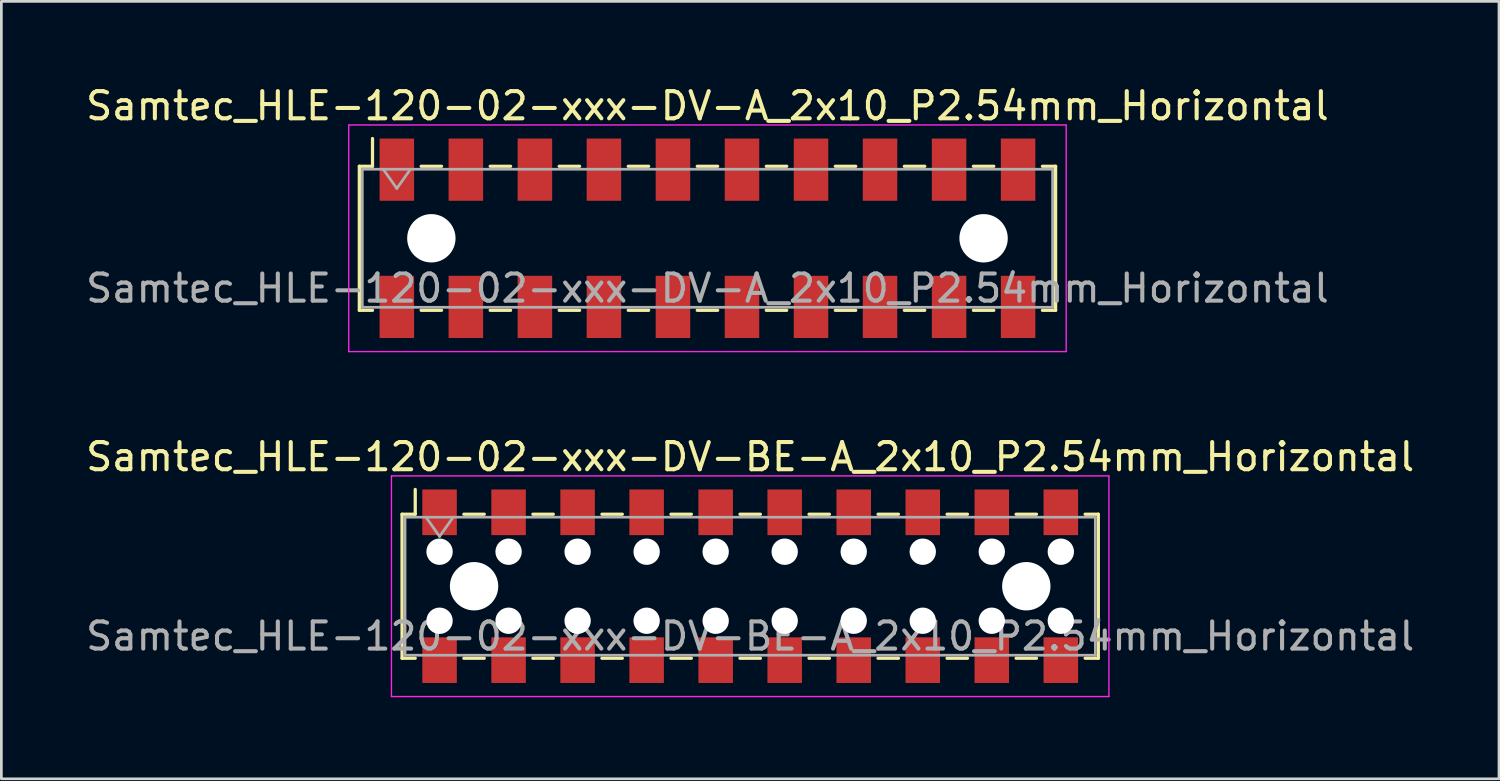
<source format=kicad_pcb>
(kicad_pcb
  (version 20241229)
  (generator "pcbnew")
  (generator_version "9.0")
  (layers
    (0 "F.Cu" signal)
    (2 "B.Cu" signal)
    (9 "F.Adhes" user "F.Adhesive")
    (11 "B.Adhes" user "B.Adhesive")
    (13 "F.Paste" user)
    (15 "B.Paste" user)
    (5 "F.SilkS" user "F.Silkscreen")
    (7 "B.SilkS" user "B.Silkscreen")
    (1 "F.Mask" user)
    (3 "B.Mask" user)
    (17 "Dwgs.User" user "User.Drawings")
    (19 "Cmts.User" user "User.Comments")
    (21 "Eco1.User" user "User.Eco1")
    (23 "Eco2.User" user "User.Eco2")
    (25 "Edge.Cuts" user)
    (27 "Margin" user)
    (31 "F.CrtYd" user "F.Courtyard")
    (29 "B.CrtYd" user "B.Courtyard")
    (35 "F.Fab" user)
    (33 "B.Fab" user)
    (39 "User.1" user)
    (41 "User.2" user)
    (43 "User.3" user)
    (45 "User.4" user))
  (footprint "Samtec_HLE-120-02-xxx-DV-BE-A_2x10_P2.54mm_Horizontal"
    (layer "F.Cu")
    (at 24.554 18.521)
    (property "Reference" "Samtec_HLE-120-02-xxx-DV-BE-A_2x10_P2.54mm_Horizontal" (at 0 -4.76 0) (layer "F.SilkS") (effects (font (size 1 1) (thickness 0.15))))
    (attr smd)
    (fp_line (start -12.81 -2.65) (end -12.81 2.65) (stroke (width 0.12) (type solid)) (layer "F.SilkS"))
    (fp_line (start -12.81 2.65) (end -12.325 2.65) (stroke (width 0.12) (type solid)) (layer "F.SilkS"))
    (fp_line (start -12.325 -3.56) (end -12.325 -2.65) (stroke (width 0.12) (type solid)) (layer "F.SilkS"))
    (fp_line (start -12.325 -2.65) (end -12.81 -2.65) (stroke (width 0.12) (type solid)) (layer "F.SilkS"))
    (fp_line (start -10.535 -2.65) (end -9.785 -2.65) (stroke (width 0.12) (type solid)) (layer "F.SilkS"))
    (fp_line (start -10.535 2.65) (end -9.785 2.65) (stroke (width 0.12) (type solid)) (layer "F.SilkS"))
    (fp_line (start -7.995 -2.65) (end -7.245 -2.65) (stroke (width 0.12) (type solid)) (layer "F.SilkS"))
    (fp_line (start -7.995 2.65) (end -7.245 2.65) (stroke (width 0.12) (type solid)) (layer "F.SilkS"))
    (fp_line (start -5.455 -2.65) (end -4.705 -2.65) (stroke (width 0.12) (type solid)) (layer "F.SilkS"))
    (fp_line (start -5.455 2.65) (end -4.705 2.65) (stroke (width 0.12) (type solid)) (layer "F.SilkS"))
    (fp_line (start -2.915 -2.65) (end -2.165 -2.65) (stroke (width 0.12) (type solid)) (layer "F.SilkS"))
    (fp_line (start -2.915 2.65) (end -2.165 2.65) (stroke (width 0.12) (type solid)) (layer "F.SilkS"))
    (fp_line (start -0.375 -2.65) (end 0.375 -2.65) (stroke (width 0.12) (type solid)) (layer "F.SilkS"))
    (fp_line (start -0.375 2.65) (end 0.375 2.65) (stroke (width 0.12) (type solid)) (layer "F.SilkS"))
    (fp_line (start 2.165 -2.65) (end 2.915 -2.65) (stroke (width 0.12) (type solid)) (layer "F.SilkS"))
    (fp_line (start 2.165 2.65) (end 2.915 2.65) (stroke (width 0.12) (type solid)) (layer "F.SilkS"))
    (fp_line (start 4.705 -2.65) (end 5.455 -2.65) (stroke (width 0.12) (type solid)) (layer "F.SilkS"))
    (fp_line (start 4.705 2.65) (end 5.455 2.65) (stroke (width 0.12) (type solid)) (layer "F.SilkS"))
    (fp_line (start 7.245 -2.65) (end 7.995 -2.65) (stroke (width 0.12) (type solid)) (layer "F.SilkS"))
    (fp_line (start 7.245 2.65) (end 7.995 2.65) (stroke (width 0.12) (type solid)) (layer "F.SilkS"))
    (fp_line (start 9.785 -2.65) (end 10.535 -2.65) (stroke (width 0.12) (type solid)) (layer "F.SilkS"))
    (fp_line (start 9.785 2.65) (end 10.535 2.65) (stroke (width 0.12) (type solid)) (layer "F.SilkS"))
    (fp_line (start 12.325 -2.65) (end 12.81 -2.65) (stroke (width 0.12) (type solid)) (layer "F.SilkS"))
    (fp_line (start 12.81 -2.65) (end 12.81 2.65) (stroke (width 0.12) (type solid)) (layer "F.SilkS"))
    (fp_line (start 12.81 2.65) (end 12.325 2.65) (stroke (width 0.12) (type solid)) (layer "F.SilkS"))
    (fp_line (start -13.2 -4.06) (end 13.2 -4.06) (stroke (width 0.05) (type solid)) (layer "F.CrtYd"))
    (fp_line (start -13.2 4.06) (end -13.2 -4.06) (stroke (width 0.05) (type solid)) (layer "F.CrtYd"))
    (fp_line (start 13.2 -4.06) (end 13.2 4.06) (stroke (width 0.05) (type solid)) (layer "F.CrtYd"))
    (fp_line (start 13.2 4.06) (end -13.2 4.06) (stroke (width 0.05) (type solid)) (layer "F.CrtYd"))
    (fp_line (start -12.7 -2.54) (end 12.7 -2.54) (stroke (width 0.1) (type solid)) (layer "F.Fab"))
    (fp_line (start -12.7 2.54) (end -12.7 -2.54) (stroke (width 0.1) (type solid)) (layer "F.Fab"))
    (fp_line (start -11.93 -2.54) (end -11.43 -1.833) (stroke (width 0.1) (type solid)) (layer "F.Fab"))
    (fp_line (start -11.43 -1.833) (end -10.93 -2.54) (stroke (width 0.1) (type solid)) (layer "F.Fab"))
    (fp_line (start 12.7 -2.54) (end 12.7 2.54) (stroke (width 0.1) (type solid)) (layer "F.Fab"))
    (fp_line (start 12.7 2.54) (end -12.7 2.54) (stroke (width 0.1) (type solid)) (layer "F.Fab"))
    (fp_text user "${REFERENCE}" (at 0 1.84 0) (layer "F.Fab") (effects (font (size 1 1) (thickness 0.15))))
    (pad "" np_thru_hole circle (at -11.43 -1.27) (size 0.97 0.97) (drill 0.97) (layers "*.Cu" "*.Mask"))
    (pad "" np_thru_hole circle (at -11.43 1.27) (size 0.97 0.97) (drill 0.97) (layers "*.Cu" "*.Mask"))
    (pad "" np_thru_hole circle (at -10.16 0) (size 1.78 1.78) (drill 1.78) (layers "*.Cu" "*.Mask"))
    (pad "" np_thru_hole circle (at -8.89 -1.27) (size 0.97 0.97) (drill 0.97) (layers "*.Cu" "*.Mask"))
    (pad "" np_thru_hole circle (at -8.89 1.27) (size 0.97 0.97) (drill 0.97) (layers "*.Cu" "*.Mask"))
    (pad "" np_thru_hole circle (at -6.35 -1.27) (size 0.97 0.97) (drill 0.97) (layers "*.Cu" "*.Mask"))
    (pad "" np_thru_hole circle (at -6.35 1.27) (size 0.97 0.97) (drill 0.97) (layers "*.Cu" "*.Mask"))
    (pad "" np_thru_hole circle (at -3.81 -1.27) (size 0.97 0.97) (drill 0.97) (layers "*.Cu" "*.Mask"))
    (pad "" np_thru_hole circle (at -3.81 1.27) (size 0.97 0.97) (drill 0.97) (layers "*.Cu" "*.Mask"))
    (pad "" np_thru_hole circle (at -1.27 -1.27) (size 0.97 0.97) (drill 0.97) (layers "*.Cu" "*.Mask"))
    (pad "" np_thru_hole circle (at -1.27 1.27) (size 0.97 0.97) (drill 0.97) (layers "*.Cu" "*.Mask"))
    (pad "" np_thru_hole circle (at 1.27 -1.27) (size 0.97 0.97) (drill 0.97) (layers "*.Cu" "*.Mask"))
    (pad "" np_thru_hole circle (at 1.27 1.27) (size 0.97 0.97) (drill 0.97) (layers "*.Cu" "*.Mask"))
    (pad "" np_thru_hole circle (at 3.81 -1.27) (size 0.97 0.97) (drill 0.97) (layers "*.Cu" "*.Mask"))
    (pad "" np_thru_hole circle (at 3.81 1.27) (size 0.97 0.97) (drill 0.97) (layers "*.Cu" "*.Mask"))
    (pad "" np_thru_hole circle (at 6.35 -1.27) (size 0.97 0.97) (drill 0.97) (layers "*.Cu" "*.Mask"))
    (pad "" np_thru_hole circle (at 6.35 1.27) (size 0.97 0.97) (drill 0.97) (layers "*.Cu" "*.Mask"))
    (pad "" np_thru_hole circle (at 8.89 -1.27) (size 0.97 0.97) (drill 0.97) (layers "*.Cu" "*.Mask"))
    (pad "" np_thru_hole circle (at 8.89 1.27) (size 0.97 0.97) (drill 0.97) (layers "*.Cu" "*.Mask"))
    (pad "" np_thru_hole circle (at 10.16 0) (size 1.78 1.78) (drill 1.78) (layers "*.Cu" "*.Mask"))
    (pad "" np_thru_hole circle (at 11.43 -1.27) (size 0.97 0.97) (drill 0.97) (layers "*.Cu" "*.Mask"))
    (pad "" np_thru_hole circle (at 11.43 1.27) (size 0.97 0.97) (drill 0.97) (layers "*.Cu" "*.Mask"))
    (pad "1" smd rect (at -11.43 -2.72) (size 1.27 1.68) (layers "F.Cu" "F.Mask" "F.Paste"))
    (pad "2" smd rect (at -11.43 2.72) (size 1.27 1.68) (layers "F.Cu" "F.Mask" "F.Paste"))
    (pad "3" smd rect (at -8.89 -2.72) (size 1.27 1.68) (layers "F.Cu" "F.Mask" "F.Paste"))
    (pad "4" smd rect (at -8.89 2.72) (size 1.27 1.68) (layers "F.Cu" "F.Mask" "F.Paste"))
    (pad "5" smd rect (at -6.35 -2.72) (size 1.27 1.68) (layers "F.Cu" "F.Mask" "F.Paste"))
    (pad "6" smd rect (at -6.35 2.72) (size 1.27 1.68) (layers "F.Cu" "F.Mask" "F.Paste"))
    (pad "7" smd rect (at -3.81 -2.72) (size 1.27 1.68) (layers "F.Cu" "F.Mask" "F.Paste"))
    (pad "8" smd rect (at -3.81 2.72) (size 1.27 1.68) (layers "F.Cu" "F.Mask" "F.Paste"))
    (pad "9" smd rect (at -1.27 -2.72) (size 1.27 1.68) (layers "F.Cu" "F.Mask" "F.Paste"))
    (pad "10" smd rect (at -1.27 2.72) (size 1.27 1.68) (layers "F.Cu" "F.Mask" "F.Paste"))
    (pad "11" smd rect (at 1.27 -2.72) (size 1.27 1.68) (layers "F.Cu" "F.Mask" "F.Paste"))
    (pad "12" smd rect (at 1.27 2.72) (size 1.27 1.68) (layers "F.Cu" "F.Mask" "F.Paste"))
    (pad "13" smd rect (at 3.81 -2.72) (size 1.27 1.68) (layers "F.Cu" "F.Mask" "F.Paste"))
    (pad "14" smd rect (at 3.81 2.72) (size 1.27 1.68) (layers "F.Cu" "F.Mask" "F.Paste"))
    (pad "15" smd rect (at 6.35 -2.72) (size 1.27 1.68) (layers "F.Cu" "F.Mask" "F.Paste"))
    (pad "16" smd rect (at 6.35 2.72) (size 1.27 1.68) (layers "F.Cu" "F.Mask" "F.Paste"))
    (pad "17" smd rect (at 8.89 -2.72) (size 1.27 1.68) (layers "F.Cu" "F.Mask" "F.Paste"))
    (pad "18" smd rect (at 8.89 2.72) (size 1.27 1.68) (layers "F.Cu" "F.Mask" "F.Paste"))
    (pad "19" smd rect (at 11.43 -2.72) (size 1.27 1.68) (layers "F.Cu" "F.Mask" "F.Paste"))
    (pad "20" smd rect (at 11.43 2.72) (size 1.27 1.68) (layers "F.Cu" "F.Mask" "F.Paste")))
  (footprint "Samtec_HLE-120-02-xxx-DV-A_2x10_P2.54mm_Horizontal"
    (layer "F.Cu")
    (at 22.982 5.718)
    (property "Reference" "Samtec_HLE-120-02-xxx-DV-A_2x10_P2.54mm_Horizontal" (at 0 -4.87 0) (layer "F.SilkS") (effects (font (size 1 1) (thickness 0.15))))
    (attr smd)
    (fp_line (start -12.81 -2.65) (end -12.81 2.65) (stroke (width 0.12) (type solid)) (layer "F.SilkS"))
    (fp_line (start -12.81 2.65) (end -12.325 2.65) (stroke (width 0.12) (type solid)) (layer "F.SilkS"))
    (fp_line (start -12.325 -3.67) (end -12.325 -2.65) (stroke (width 0.12) (type solid)) (layer "F.SilkS"))
    (fp_line (start -12.325 -2.65) (end -12.81 -2.65) (stroke (width 0.12) (type solid)) (layer "F.SilkS"))
    (fp_line (start -10.535 -2.65) (end -9.785 -2.65) (stroke (width 0.12) (type solid)) (layer "F.SilkS"))
    (fp_line (start -10.535 2.65) (end -9.785 2.65) (stroke (width 0.12) (type solid)) (layer "F.SilkS"))
    (fp_line (start -7.995 -2.65) (end -7.245 -2.65) (stroke (width 0.12) (type solid)) (layer "F.SilkS"))
    (fp_line (start -7.995 2.65) (end -7.245 2.65) (stroke (width 0.12) (type solid)) (layer "F.SilkS"))
    (fp_line (start -5.455 -2.65) (end -4.705 -2.65) (stroke (width 0.12) (type solid)) (layer "F.SilkS"))
    (fp_line (start -5.455 2.65) (end -4.705 2.65) (stroke (width 0.12) (type solid)) (layer "F.SilkS"))
    (fp_line (start -2.915 -2.65) (end -2.165 -2.65) (stroke (width 0.12) (type solid)) (layer "F.SilkS"))
    (fp_line (start -2.915 2.65) (end -2.165 2.65) (stroke (width 0.12) (type solid)) (layer "F.SilkS"))
    (fp_line (start -0.375 -2.65) (end 0.375 -2.65) (stroke (width 0.12) (type solid)) (layer "F.SilkS"))
    (fp_line (start -0.375 2.65) (end 0.375 2.65) (stroke (width 0.12) (type solid)) (layer "F.SilkS"))
    (fp_line (start 2.165 -2.65) (end 2.915 -2.65) (stroke (width 0.12) (type solid)) (layer "F.SilkS"))
    (fp_line (start 2.165 2.65) (end 2.915 2.65) (stroke (width 0.12) (type solid)) (layer "F.SilkS"))
    (fp_line (start 4.705 -2.65) (end 5.455 -2.65) (stroke (width 0.12) (type solid)) (layer "F.SilkS"))
    (fp_line (start 4.705 2.65) (end 5.455 2.65) (stroke (width 0.12) (type solid)) (layer "F.SilkS"))
    (fp_line (start 7.245 -2.65) (end 7.995 -2.65) (stroke (width 0.12) (type solid)) (layer "F.SilkS"))
    (fp_line (start 7.245 2.65) (end 7.995 2.65) (stroke (width 0.12) (type solid)) (layer "F.SilkS"))
    (fp_line (start 9.785 -2.65) (end 10.535 -2.65) (stroke (width 0.12) (type solid)) (layer "F.SilkS"))
    (fp_line (start 9.785 2.65) (end 10.535 2.65) (stroke (width 0.12) (type solid)) (layer "F.SilkS"))
    (fp_line (start 12.325 -2.65) (end 12.81 -2.65) (stroke (width 0.12) (type solid)) (layer "F.SilkS"))
    (fp_line (start 12.81 -2.65) (end 12.81 2.65) (stroke (width 0.12) (type solid)) (layer "F.SilkS"))
    (fp_line (start 12.81 2.65) (end 12.325 2.65) (stroke (width 0.12) (type solid)) (layer "F.SilkS"))
    (fp_line (start -13.2 -4.17) (end 13.2 -4.17) (stroke (width 0.05) (type solid)) (layer "F.CrtYd"))
    (fp_line (start -13.2 4.17) (end -13.2 -4.17) (stroke (width 0.05) (type solid)) (layer "F.CrtYd"))
    (fp_line (start 13.2 -4.17) (end 13.2 4.17) (stroke (width 0.05) (type solid)) (layer "F.CrtYd"))
    (fp_line (start 13.2 4.17) (end -13.2 4.17) (stroke (width 0.05) (type solid)) (layer "F.CrtYd"))
    (fp_line (start -12.7 -2.54) (end 12.7 -2.54) (stroke (width 0.1) (type solid)) (layer "F.Fab"))
    (fp_line (start -12.7 2.54) (end -12.7 -2.54) (stroke (width 0.1) (type solid)) (layer "F.Fab"))
    (fp_line (start -11.93 -2.54) (end -11.43 -1.833) (stroke (width 0.1) (type solid)) (layer "F.Fab"))
    (fp_line (start -11.43 -1.833) (end -10.93 -2.54) (stroke (width 0.1) (type solid)) (layer "F.Fab"))
    (fp_line (start 12.7 -2.54) (end 12.7 2.54) (stroke (width 0.1) (type solid)) (layer "F.Fab"))
    (fp_line (start 12.7 2.54) (end -12.7 2.54) (stroke (width 0.1) (type solid)) (layer "F.Fab"))
    (fp_text user "${REFERENCE}" (at 0 1.84 0) (layer "F.Fab") (effects (font (size 1 1) (thickness 0.15))))
    (pad "" np_thru_hole circle (at -10.16 0) (size 1.78 1.78) (drill 1.78) (layers "*.Cu" "*.Mask"))
    (pad "" np_thru_hole circle (at 10.16 0) (size 1.78 1.78) (drill 1.78) (layers "*.Cu" "*.Mask"))
    (pad "1" smd rect (at -11.43 -2.525) (size 1.27 2.29) (layers "F.Cu" "F.Mask" "F.Paste"))
    (pad "2" smd rect (at -11.43 2.525) (size 1.27 2.29) (layers "F.Cu" "F.Mask" "F.Paste"))
    (pad "3" smd rect (at -8.89 -2.525) (size 1.27 2.29) (layers "F.Cu" "F.Mask" "F.Paste"))
    (pad "4" smd rect (at -8.89 2.525) (size 1.27 2.29) (layers "F.Cu" "F.Mask" "F.Paste"))
    (pad "5" smd rect (at -6.35 -2.525) (size 1.27 2.29) (layers "F.Cu" "F.Mask" "F.Paste"))
    (pad "6" smd rect (at -6.35 2.525) (size 1.27 2.29) (layers "F.Cu" "F.Mask" "F.Paste"))
    (pad "7" smd rect (at -3.81 -2.525) (size 1.27 2.29) (layers "F.Cu" "F.Mask" "F.Paste"))
    (pad "8" smd rect (at -3.81 2.525) (size 1.27 2.29) (layers "F.Cu" "F.Mask" "F.Paste"))
    (pad "9" smd rect (at -1.27 -2.525) (size 1.27 2.29) (layers "F.Cu" "F.Mask" "F.Paste"))
    (pad "10" smd rect (at -1.27 2.525) (size 1.27 2.29) (layers "F.Cu" "F.Mask" "F.Paste"))
    (pad "11" smd rect (at 1.27 -2.525) (size 1.27 2.29) (layers "F.Cu" "F.Mask" "F.Paste"))
    (pad "12" smd rect (at 1.27 2.525) (size 1.27 2.29) (layers "F.Cu" "F.Mask" "F.Paste"))
    (pad "13" smd rect (at 3.81 -2.525) (size 1.27 2.29) (layers "F.Cu" "F.Mask" "F.Paste"))
    (pad "14" smd rect (at 3.81 2.525) (size 1.27 2.29) (layers "F.Cu" "F.Mask" "F.Paste"))
    (pad "15" smd rect (at 6.35 -2.525) (size 1.27 2.29) (layers "F.Cu" "F.Mask" "F.Paste"))
    (pad "16" smd rect (at 6.35 2.525) (size 1.27 2.29) (layers "F.Cu" "F.Mask" "F.Paste"))
    (pad "17" smd rect (at 8.89 -2.525) (size 1.27 2.29) (layers "F.Cu" "F.Mask" "F.Paste"))
    (pad "18" smd rect (at 8.89 2.525) (size 1.27 2.29) (layers "F.Cu" "F.Mask" "F.Paste"))
    (pad "19" smd rect (at 11.43 -2.525) (size 1.27 2.29) (layers "F.Cu" "F.Mask" "F.Paste"))
    (pad "20" smd rect (at 11.43 2.525) (size 1.27 2.29) (layers "F.Cu" "F.Mask" "F.Paste")))
  (gr_rect
    (start -3 -3)
    (end 52.107 25.607)
    (stroke (width 0.1) (type default))
    (fill no)
    (layer "Edge.Cuts")))
</source>
